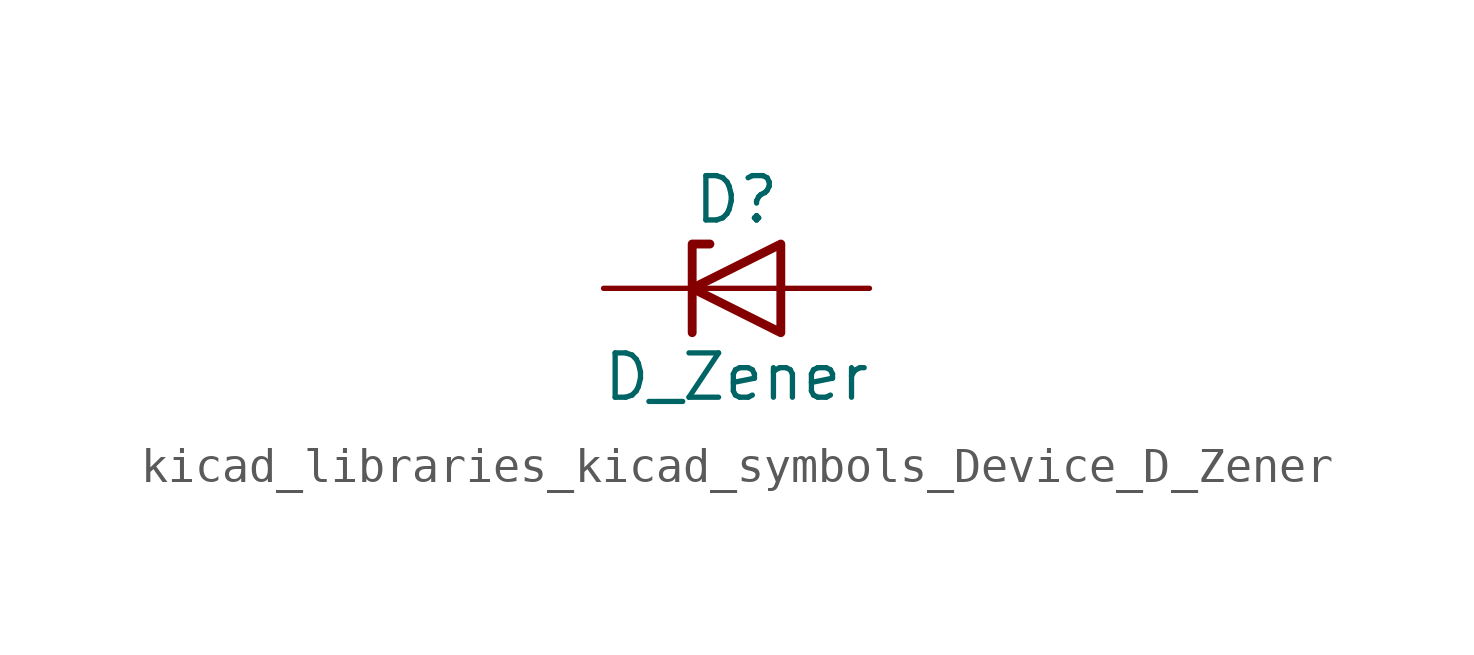
<source format=kicad_sym>
(kicad_symbol_lib
  (version 20220914)
  (generator kicad_symbol_editor)
  (symbol "kicad_libraries_kicad_symbols_Device_D_Zener"
    (pin_numbers hide)
    (pin_names
      (offset 1.016) hide)
    (property "Reference" "D"
      (at 0 2.54 0)
      (effects (font (size 1.27 1.27))))
    (property "Value" "D_Zener"
      (at 0 -2.54 0)
      (effects (font (size 1.27 1.27))))
    (symbol "kicad_libraries_kicad_symbols_Device_D_Zener_0_1"
      (polyline (pts (xy 1.27 0) (xy -1.27 0)) (stroke (width 0) (type default)) (fill (type none)))
      (polyline (pts (xy -1.27 -1.27) (xy -1.27 1.27) (xy -0.762 1.27)) (stroke (width 0.254) (type default)) (fill (type none)))
      (polyline (pts (xy 1.27 -1.27) (xy 1.27 1.27) (xy -1.27 0) (xy 1.27 -1.27)) (stroke (width 0.254) (type default)) (fill (type none))))
    (symbol "kicad_libraries_kicad_symbols_Device_D_Zener_1_1"
      (pin passive line (at -3.81 0 0) (length 2.54) (name "K" (effects (font (size 1.27 1.27)))) (number "1" (effects (font (size 1.27 1.27)))))
      (pin passive line (at 3.81 0 180) (length 2.54) (name "A" (effects (font (size 1.27 1.27)))) (number "2" (effects (font (size 1.27 1.27))))))))
</source>
